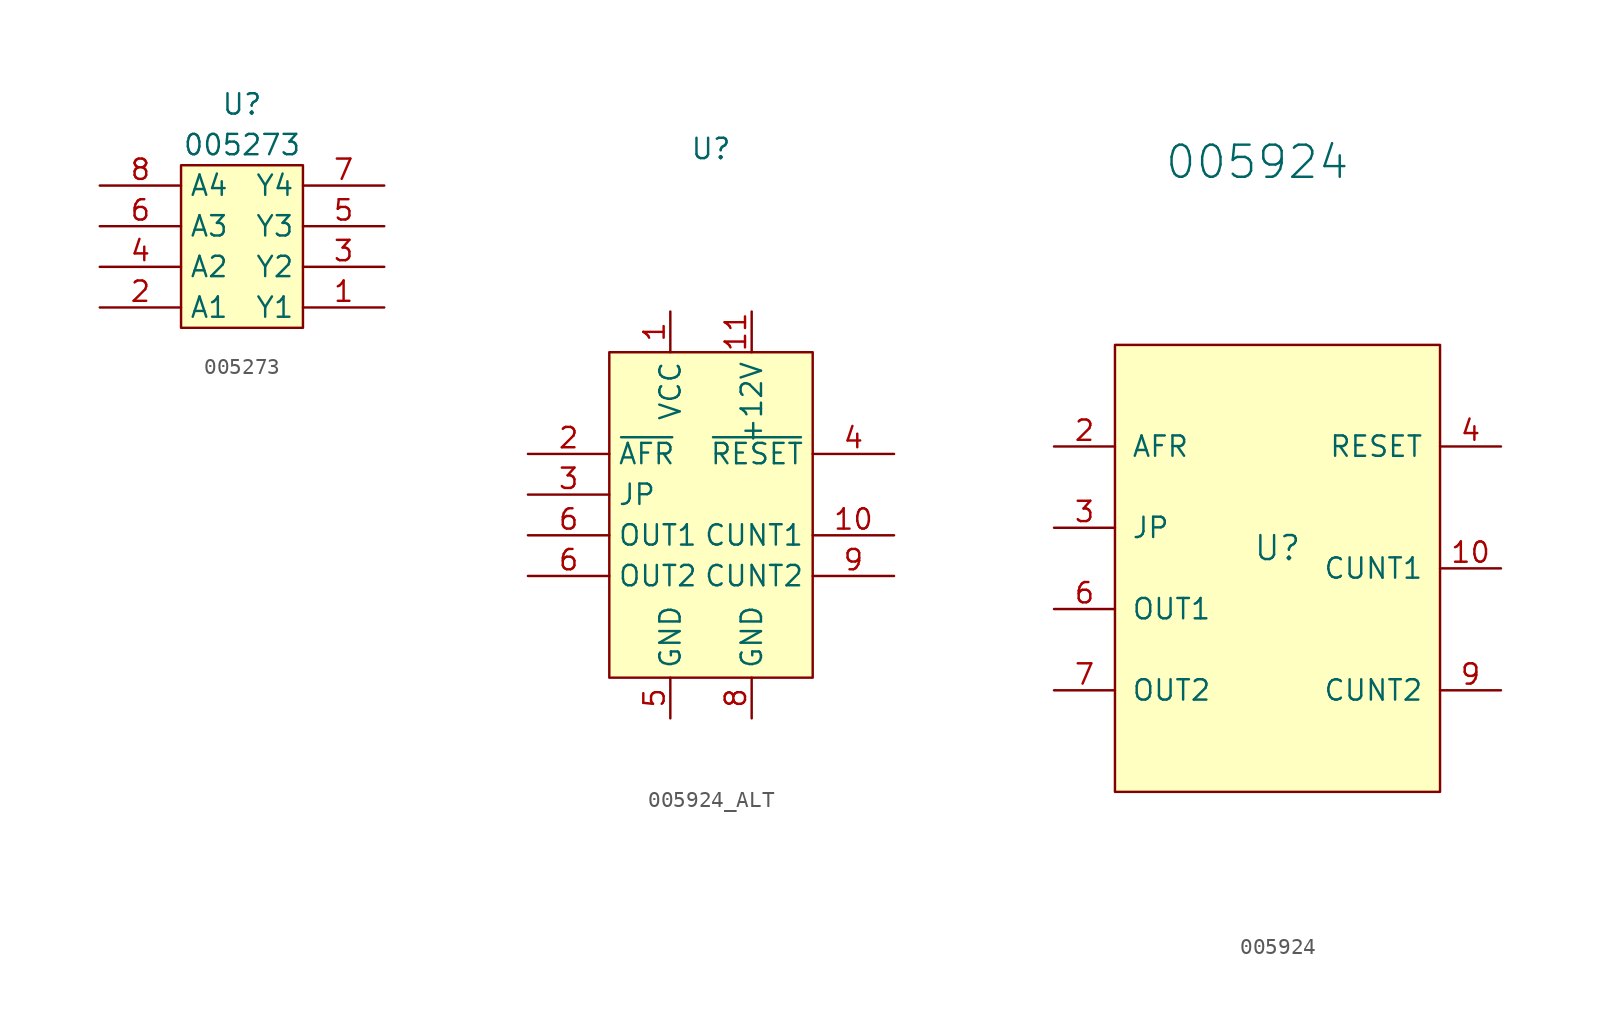
<source format=kicad_sym>
(kicad_symbol_lib
  (version 20231120)
  (generator "kicad_symbol_editor")
  (generator_version "8.0")
  (symbol "005273"
    (property "Reference" "U"
      (at 0 8.89 0)
      (effects (font (size 1.27 1.27))))
    (property "Value" "005273"
      (at 0 6.35 0)
      (effects (font (size 1.27 1.27))))
    (symbol "005273_0_0"
      (rectangle (start -3.81 5.08) (end 3.81 -5.08) (stroke (width 0) (type default)) (fill (type background)))
      (pin passive line (at 8.89 -3.81 180) (length 5.08) (name "Y1" (effects (font (size 1.27 1.27)))) (number "1" (effects (font (size 1.27 1.27)))))
      (pin passive line (at -8.89 -3.81 0) (length 5.08) (name "A1" (effects (font (size 1.27 1.27)))) (number "2" (effects (font (size 1.27 1.27)))))
      (pin passive line (at 8.89 -1.27 180) (length 5.08) (name "Y2" (effects (font (size 1.27 1.27)))) (number "3" (effects (font (size 1.27 1.27)))))
      (pin passive line (at -8.89 -1.27 0) (length 5.08) (name "A2" (effects (font (size 1.27 1.27)))) (number "4" (effects (font (size 1.27 1.27)))))
      (pin passive line (at 8.89 1.27 180) (length 5.08) (name "Y3" (effects (font (size 1.27 1.27)))) (number "5" (effects (font (size 1.27 1.27)))))
      (pin passive line (at -8.89 1.27 0) (length 5.08) (name "A3" (effects (font (size 1.27 1.27)))) (number "6" (effects (font (size 1.27 1.27)))))
      (pin passive line (at 8.89 3.81 180) (length 5.08) (name "Y4" (effects (font (size 1.27 1.27)))) (number "7" (effects (font (size 1.27 1.27)))))
      (pin passive line (at -8.89 3.81 0) (length 5.08) (name "A4" (effects (font (size 1.27 1.27)))) (number "8" (effects (font (size 1.27 1.27)))))))
  (symbol "005924_ALT"
    (property "Reference" "U"
      (at 0 22.86 0)
      (effects (font (size 1.27 1.27))))
    (property "Value" ""
      (at -5.08 24.13 0)
      (effects (font (size 1.27 1.27))))
    (symbol "005924_ALT_0_1"
      (rectangle (start -6.35 10.16) (end 6.35 -10.16) (stroke (width 0) (type default)) (fill (type background))))
    (symbol "005924_ALT_1_1"
      (pin power_in line (at -2.54 12.7 270) (length 2.54) (name "VCC" (effects (font (size 1.27 1.27)))) (number "1" (effects (font (size 1.27 1.27)))))
      (pin output line (at 11.43 -1.27 180) (length 5.08) (name "CUNT1" (effects (font (size 1.27 1.27)))) (number "10" (effects (font (size 1.27 1.27)))))
      (pin power_in line (at 2.54 12.7 270) (length 2.54) (name "+12V" (effects (font (size 1.27 1.27)))) (number "11" (effects (font (size 1.27 1.27)))))
      (pin input line (at -11.43 3.81 0) (length 5.08) (name "~{AFR}" (effects (font (size 1.27 1.27)))) (number "2" (effects (font (size 1.27 1.27)))))
      (pin input line (at -11.43 1.27 0) (length 5.08) (name "JP" (effects (font (size 1.27 1.27)))) (number "3" (effects (font (size 1.27 1.27)))))
      (pin output line (at 11.43 3.81 180) (length 5.08) (name "~{RESET}" (effects (font (size 1.27 1.27)))) (number "4" (effects (font (size 1.27 1.27)))))
      (pin power_in line (at -2.54 -12.7 90) (length 2.54) (name "GND" (effects (font (size 1.27 1.27)))) (number "5" (effects (font (size 1.27 1.27)))))
      (pin input line (at -11.43 -1.27 0) (length 5.08) (name "OUT1" (effects (font (size 1.27 1.27)))) (number "6" (effects (font (size 1.27 1.27)))))
      (pin input line (at -11.43 -3.81 0) (length 5.08) (name "OUT2" (effects (font (size 1.27 1.27)))) (number "6" (effects (font (size 1.27 1.27)))))
      (pin power_in line (at 2.54 -12.7 90) (length 2.54) (name "GND" (effects (font (size 1.27 1.27)))) (number "8" (effects (font (size 1.27 1.27)))))
      (pin output line (at 11.43 -3.81 180) (length 5.08) (name "CUNT2" (effects (font (size 1.27 1.27)))) (number "9" (effects (font (size 1.27 1.27)))))))
  (symbol "005924"
    (pin_names
      (offset 1.016))
    (property "Reference" "U"
      (at 10.16 -12.7 0)
      (effects (font (size 1.499 1.499))))
    (property "Value" "005924"
      (at 8.89 11.43 0)
      (effects (font (size 2.007 2.007))))
    (symbol "005924_0_0"
      (pin input line (at 5.08 3.81 270) (length 3.81) hide (name "+5" (effects (font (size 1.27 1.27)))) (number "1" (effects (font (size 1.27 1.27)))))
      (pin input line (at 24.13 -13.97 180) (length 3.81) (name "CUNT1" (effects (font (size 1.27 1.27)))) (number "10" (effects (font (size 1.27 1.27)))))
      (pin input line (at 13.97 3.81 270) (length 3.81) hide (name "+12" (effects (font (size 1.27 1.27)))) (number "11" (effects (font (size 1.27 1.27)))))
      (pin input line (at -3.81 -6.35 0) (length 3.81) (name "AFR" (effects (font (size 1.27 1.27)))) (number "2" (effects (font (size 1.27 1.27)))))
      (pin input line (at -3.81 -11.43 0) (length 3.81) (name "JP" (effects (font (size 1.27 1.27)))) (number "3" (effects (font (size 1.27 1.27)))))
      (pin input line (at 24.13 -6.35 180) (length 3.81) (name "RESET" (effects (font (size 1.27 1.27)))) (number "4" (effects (font (size 1.27 1.27)))))
      (pin input line (at 5.08 -31.75 90) (length 3.81) hide (name "GND" (effects (font (size 1.27 1.27)))) (number "5" (effects (font (size 1.27 1.27)))))
      (pin input line (at -3.81 -16.51 0) (length 3.81) (name "OUT1" (effects (font (size 1.27 1.27)))) (number "6" (effects (font (size 1.27 1.27)))))
      (pin input line (at -3.81 -21.59 0) (length 3.81) (name "OUT2" (effects (font (size 1.27 1.27)))) (number "7" (effects (font (size 1.27 1.27)))))
      (pin input line (at 15.24 -31.75 90) (length 3.81) hide (name "GND" (effects (font (size 1.27 1.27)))) (number "8" (effects (font (size 1.27 1.27)))))
      (pin input line (at 24.13 -21.59 180) (length 3.81) (name "CUNT2" (effects (font (size 1.27 1.27)))) (number "9" (effects (font (size 1.27 1.27))))))
    (symbol "005924_0_1"
      (rectangle (start 0 0) (end 20.32 -27.94) (stroke (width 0) (type default)) (fill (type background))))))
</source>
